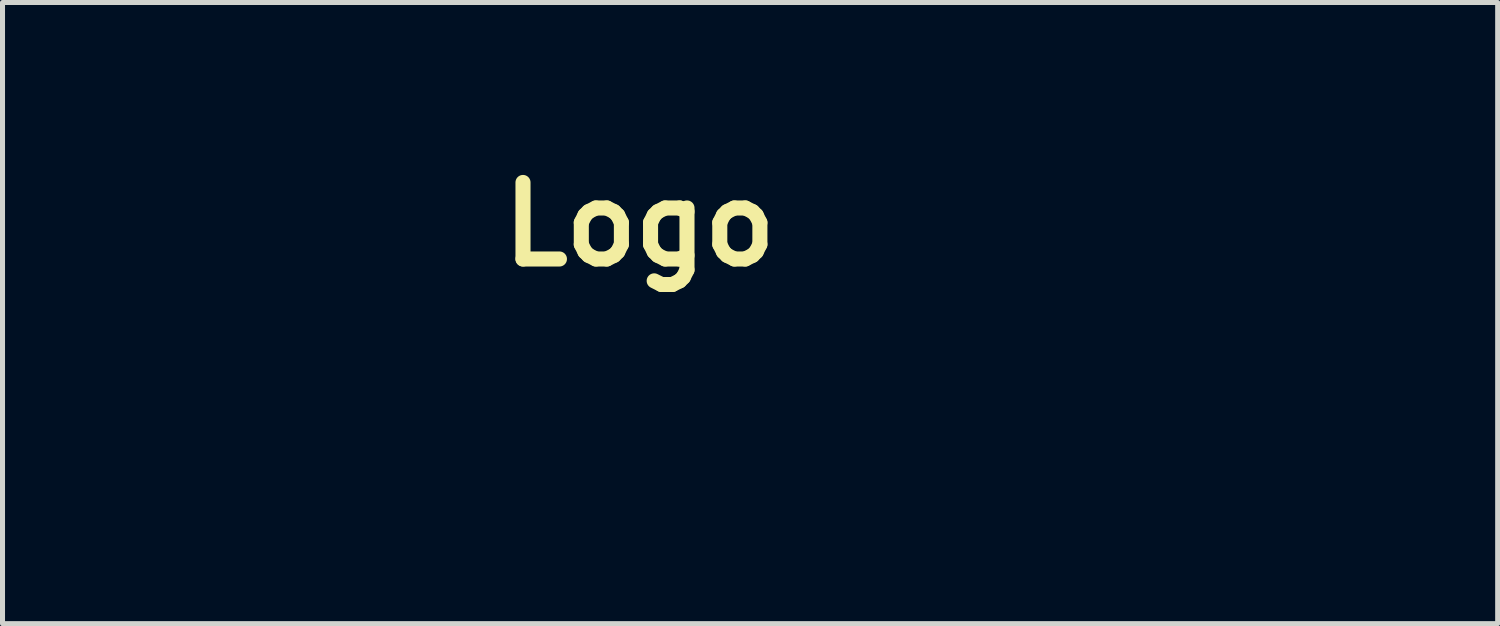
<source format=kicad_pcb>
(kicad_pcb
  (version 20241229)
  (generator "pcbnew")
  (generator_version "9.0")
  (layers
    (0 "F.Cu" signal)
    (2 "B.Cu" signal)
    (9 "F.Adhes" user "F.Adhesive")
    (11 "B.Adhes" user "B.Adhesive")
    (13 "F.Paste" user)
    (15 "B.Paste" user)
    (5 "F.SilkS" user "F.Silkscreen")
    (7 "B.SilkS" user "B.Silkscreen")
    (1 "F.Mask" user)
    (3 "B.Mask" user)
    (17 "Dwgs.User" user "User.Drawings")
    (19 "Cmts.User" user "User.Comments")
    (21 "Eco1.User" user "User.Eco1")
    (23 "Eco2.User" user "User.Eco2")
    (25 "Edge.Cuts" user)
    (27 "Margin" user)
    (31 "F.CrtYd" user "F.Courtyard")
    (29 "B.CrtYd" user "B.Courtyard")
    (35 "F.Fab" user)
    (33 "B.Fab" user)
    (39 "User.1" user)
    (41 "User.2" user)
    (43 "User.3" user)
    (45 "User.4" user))
  (footprint "Logo"
    (layer "F.Cu")
    (at 14.005 4.974)
    (property "Reference" "Logo" (at -4.318 -3.556 0) (layer "F.SilkS") (effects (font (size 1.524 1.524) (thickness 0.3))))
    (attr through_hole)
    (fp_line (start 9.644 0.254) (end -13.16 0.254) (stroke (width 0.25) (type solid)) (layer "F.Mask"))
    (fp_line (start 9.644 0.762) (end -13.51 0.762) (stroke (width 0.25) (type solid)) (layer "F.Mask"))
    (fp_line (start 9.644 1.27) (end -13.88 1.27) (stroke (width 0.25) (type solid)) (layer "F.Mask"))
    (fp_poly (pts (xy -11.036 -2.518) (xy -10.939 -2.518) (xy -10.856 -2.517) (xy -10.787 -2.517) (xy -10.729 -2.517) (xy -10.683 -2.516) (xy -10.647 -2.515) (xy -10.619 -2.514) (xy -10.599 -2.513) (xy -10.586 -2.511) (xy -10.577 -2.509) (xy -10.573 -2.507) (xy -10.571 -2.504) (xy -10.571 -2.503) (xy -10.572 -2.489) (xy -10.576 -2.463) (xy -10.581 -2.426) (xy -10.588 -2.382) (xy -10.592 -2.357) (xy -10.603 -2.294) (xy -10.613 -2.249) (xy -10.622 -2.22) (xy -10.628 -2.21) (xy -10.637 -2.2) (xy -10.656 -2.18) (xy -10.684 -2.15) (xy -10.72 -2.112) (xy -10.763 -2.066) (xy -10.81 -2.015) (xy -10.862 -1.96) (xy -10.899 -1.922) (xy -10.952 -1.865) (xy -11.002 -1.812) (xy -11.046 -1.764) (xy -11.085 -1.723) (xy -11.116 -1.689) (xy -11.139 -1.663) (xy -11.152 -1.648) (xy -11.155 -1.645) (xy -11.147 -1.64) (xy -11.129 -1.633) (xy -11.116 -1.629) (xy -11.047 -1.605) (xy -10.98 -1.567) (xy -10.918 -1.52) (xy -10.866 -1.465) (xy -10.825 -1.406) (xy -10.818 -1.391) (xy -10.795 -1.34) (xy -10.78 -1.293) (xy -10.769 -1.246) (xy -10.764 -1.192) (xy -10.762 -1.128) (xy -10.762 -1.108) (xy -10.769 -0.98) (xy -10.789 -0.862) (xy -10.822 -0.756) (xy -10.868 -0.66) (xy -10.926 -0.575) (xy -10.997 -0.501) (xy -11.012 -0.489) (xy -11.056 -0.457) (xy -11.11 -0.426) (xy -11.168 -0.398) (xy -11.224 -0.376) (xy -11.244 -0.37) (xy -11.274 -0.365) (xy -11.317 -0.36) (xy -11.368 -0.357) (xy -11.425 -0.354) (xy -11.481 -0.353) (xy -11.534 -0.353) (xy -11.58 -0.355) (xy -11.613 -0.359) (xy -11.616 -0.36) (xy -11.711 -0.386) (xy -11.796 -0.425) (xy -11.827 -0.444) (xy -11.89 -0.494) (xy -11.938 -0.551) (xy -11.974 -0.617) (xy -11.997 -0.69) (xy -12.003 -0.724) (xy -12.007 -0.764) (xy -12.01 -0.805) (xy -12.01 -0.842) (xy -12.007 -0.87) (xy -12.005 -0.879) (xy -12.001 -0.883) (xy -11.993 -0.887) (xy -11.977 -0.889) (xy -11.953 -0.891) (xy -11.917 -0.892) (xy -11.869 -0.892) (xy -11.828 -0.892) (xy -11.656 -0.892) (xy -11.66 -0.856) (xy -11.659 -0.801) (xy -11.643 -0.752) (xy -11.613 -0.711) (xy -11.571 -0.679) (xy -11.519 -0.658) (xy -11.463 -0.648) (xy -11.391 -0.652) (xy -11.325 -0.67) (xy -11.266 -0.703) (xy -11.215 -0.75) (xy -11.174 -0.81) (xy -11.143 -0.882) (xy -11.142 -0.886) (xy -11.119 -0.975) (xy -11.108 -1.059) (xy -11.11 -1.136) (xy -11.123 -1.205) (xy -11.144 -1.259) (xy -11.163 -1.288) (xy -11.184 -1.31) (xy -11.21 -1.328) (xy -11.243 -1.341) (xy -11.285 -1.349) (xy -11.339 -1.355) (xy -11.406 -1.357) (xy -11.467 -1.358) (xy -11.622 -1.358) (xy -11.618 -1.377) (xy -11.615 -1.392) (xy -11.61 -1.42) (xy -11.604 -1.458) (xy -11.597 -1.502) (xy -11.594 -1.523) (xy -11.575 -1.65) (xy -11.368 -1.87) (xy -11.316 -1.924) (xy -11.266 -1.978) (xy -11.218 -2.028) (xy -11.175 -2.074) (xy -11.139 -2.112) (xy -11.11 -2.141) (xy -11.097 -2.156) (xy -11.032 -2.221) (xy -11.499 -2.221) (xy -11.515 -2.118) (xy -11.532 -2.014) (xy -11.809 -2.009) (xy -11.803 -2.046) (xy -11.801 -2.064) (xy -11.796 -2.096) (xy -11.789 -2.139) (xy -11.78 -2.191) (xy -11.771 -2.249) (xy -11.763 -2.3) (xy -11.728 -2.518) (xy -11.149 -2.518) (xy -11.036 -2.518)) (stroke (width 0.01) (type solid)) (fill yes) (layer "F.Mask"))
    (fp_poly (pts (xy -8.149 -2.538) (xy -8.09 -2.534) (xy -8.04 -2.529) (xy -8.014 -2.524) (xy -7.928 -2.497) (xy -7.851 -2.46) (xy -7.785 -2.412) (xy -7.731 -2.356) (xy -7.693 -2.293) (xy -7.664 -2.215) (xy -7.65 -2.132) (xy -7.652 -2.048) (xy -7.655 -2.025) (xy -7.66 -1.993) (xy -8.005 -1.993) (xy -8.005 -2.05) (xy -8.011 -2.11) (xy -8.03 -2.158) (xy -8.06 -2.195) (xy -8.063 -2.198) (xy -8.096 -2.22) (xy -8.135 -2.234) (xy -8.183 -2.241) (xy -8.225 -2.242) (xy -8.293 -2.236) (xy -8.351 -2.218) (xy -8.404 -2.187) (xy -8.45 -2.144) (xy -8.471 -2.118) (xy -8.489 -2.09) (xy -8.505 -2.058) (xy -8.519 -2.02) (xy -8.532 -1.972) (xy -8.545 -1.912) (xy -8.558 -1.84) (xy -8.564 -1.807) (xy -8.572 -1.759) (xy -8.579 -1.716) (xy -8.585 -1.683) (xy -8.588 -1.66) (xy -8.589 -1.652) (xy -8.582 -1.654) (xy -8.564 -1.661) (xy -8.541 -1.672) (xy -8.491 -1.692) (xy -8.439 -1.705) (xy -8.381 -1.712) (xy -8.32 -1.713) (xy -8.218 -1.706) (xy -8.124 -1.685) (xy -8.041 -1.651) (xy -7.968 -1.605) (xy -7.907 -1.548) (xy -7.857 -1.479) (xy -7.82 -1.401) (xy -7.797 -1.314) (xy -7.787 -1.218) (xy -7.789 -1.163) (xy -7.793 -1.119) (xy -7.799 -1.064) (xy -7.808 -1.003) (xy -7.819 -0.939) (xy -7.83 -0.877) (xy -7.842 -0.82) (xy -7.852 -0.772) (xy -7.862 -0.74) (xy -7.899 -0.651) (xy -7.951 -0.571) (xy -8.015 -0.5) (xy -8.09 -0.439) (xy -8.174 -0.39) (xy -8.267 -0.355) (xy -8.341 -0.338) (xy -8.391 -0.331) (xy -8.451 -0.327) (xy -8.514 -0.326) (xy -8.573 -0.328) (xy -8.624 -0.332) (xy -8.636 -0.334) (xy -8.7 -0.349) (xy -8.763 -0.37) (xy -8.82 -0.396) (xy -8.842 -0.409) (xy -8.907 -0.461) (xy -8.963 -0.525) (xy -9.006 -0.599) (xy -9.036 -0.678) (xy -9.043 -0.703) (xy -9.048 -0.73) (xy -9.052 -0.756) (xy -9.055 -0.783) (xy -9.056 -0.813) (xy -9.056 -0.845) (xy -9.056 -0.846) (xy -8.706 -0.846) (xy -8.706 -0.841) (xy -8.696 -0.774) (xy -8.673 -0.718) (xy -8.64 -0.674) (xy -8.596 -0.644) (xy -8.543 -0.626) (xy -8.48 -0.622) (xy -8.41 -0.633) (xy -8.345 -0.656) (xy -8.29 -0.691) (xy -8.244 -0.74) (xy -8.207 -0.804) (xy -8.191 -0.845) (xy -8.176 -0.9) (xy -8.162 -0.961) (xy -8.15 -1.027) (xy -8.141 -1.091) (xy -8.136 -1.15) (xy -8.135 -1.2) (xy -8.136 -1.218) (xy -8.147 -1.269) (xy -8.166 -1.318) (xy -8.191 -1.357) (xy -8.212 -1.378) (xy -8.254 -1.4) (xy -8.305 -1.412) (xy -8.364 -1.415) (xy -8.426 -1.407) (xy -8.486 -1.39) (xy -8.536 -1.364) (xy -8.582 -1.325) (xy -8.621 -1.278) (xy -8.648 -1.227) (xy -8.648 -1.227) (xy -8.661 -1.186) (xy -8.673 -1.134) (xy -8.684 -1.074) (xy -8.693 -1.01) (xy -8.701 -0.948) (xy -8.705 -0.892) (xy -8.706 -0.846) (xy -9.056 -0.846) (xy -9.054 -0.883) (xy -9.05 -0.927) (xy -9.044 -0.978) (xy -9.036 -1.038) (xy -9.026 -1.108) (xy -9.013 -1.19) (xy -8.998 -1.285) (xy -8.98 -1.394) (xy -8.962 -1.499) (xy -8.941 -1.624) (xy -8.922 -1.736) (xy -8.905 -1.835) (xy -8.889 -1.921) (xy -8.876 -1.992) (xy -8.865 -2.049) (xy -8.856 -2.09) (xy -8.849 -2.115) (xy -8.848 -2.118) (xy -8.807 -2.215) (xy -8.753 -2.301) (xy -8.688 -2.376) (xy -8.611 -2.437) (xy -8.523 -2.486) (xy -8.425 -2.522) (xy -8.42 -2.524) (xy -8.383 -2.531) (xy -8.332 -2.536) (xy -8.274 -2.539) (xy -8.211 -2.539) (xy -8.149 -2.538)) (stroke (width 0.01) (type solid)) (fill yes) (layer "F.Mask"))
    (fp_poly (pts (xy -10.012 -2.497) (xy -10.013 -2.486) (xy -10.015 -2.459) (xy -10.02 -2.418) (xy -10.026 -2.363) (xy -10.033 -2.297) (xy -10.042 -2.22) (xy -10.052 -2.133) (xy -10.062 -2.038) (xy -10.074 -1.936) (xy -10.086 -1.828) (xy -10.099 -1.715) (xy -10.101 -1.7) (xy -10.114 -1.587) (xy -10.126 -1.479) (xy -10.137 -1.377) (xy -10.148 -1.283) (xy -10.158 -1.196) (xy -10.166 -1.12) (xy -10.173 -1.054) (xy -10.179 -1) (xy -10.183 -0.959) (xy -10.186 -0.932) (xy -10.187 -0.921) (xy -10.187 -0.92) (xy -10.184 -0.928) (xy -10.178 -0.951) (xy -10.168 -0.987) (xy -10.154 -1.036) (xy -10.138 -1.097) (xy -10.119 -1.168) (xy -10.098 -1.247) (xy -10.075 -1.335) (xy -10.05 -1.428) (xy -10.024 -1.527) (xy -10.02 -1.542) (xy -10.005 -1.599) (xy -9.809 -1.599) (xy -9.804 -1.595) (xy -9.8 -1.599) (xy -9.804 -1.603) (xy -9.809 -1.599) (xy -10.005 -1.599) (xy -9.994 -1.642) (xy -9.969 -1.738) (xy -9.945 -1.829) (xy -9.923 -1.912) (xy -9.903 -1.988) (xy -9.886 -2.053) (xy -9.872 -2.108) (xy -9.861 -2.151) (xy -9.853 -2.179) (xy -9.849 -2.193) (xy -9.849 -2.194) (xy -9.842 -2.221) (xy -9.562 -2.221) (xy -9.567 -2.164) (xy -9.569 -2.139) (xy -9.572 -2.1) (xy -9.575 -2.05) (xy -9.58 -1.989) (xy -9.584 -1.919) (xy -9.589 -1.842) (xy -9.595 -1.76) (xy -9.6 -1.674) (xy -9.606 -1.585) (xy -9.611 -1.496) (xy -9.617 -1.408) (xy -9.622 -1.322) (xy -9.627 -1.24) (xy -9.632 -1.165) (xy -9.636 -1.096) (xy -9.64 -1.037) (xy -9.642 -0.988) (xy -9.644 -0.951) (xy -9.645 -0.928) (xy -9.645 -0.921) (xy -9.643 -0.929) (xy -9.638 -0.952) (xy -9.629 -0.989) (xy -9.618 -1.04) (xy -9.605 -1.102) (xy -9.589 -1.176) (xy -9.571 -1.259) (xy -9.551 -1.351) (xy -9.529 -1.45) (xy -9.507 -1.556) (xy -9.483 -1.667) (xy -9.475 -1.703) (xy -9.451 -1.816) (xy -9.428 -1.924) (xy -9.406 -2.027) (xy -9.386 -2.123) (xy -9.367 -2.21) (xy -9.35 -2.289) (xy -9.336 -2.357) (xy -9.323 -2.413) (xy -9.314 -2.457) (xy -9.307 -2.487) (xy -9.304 -2.502) (xy -9.304 -2.503) (xy -9.301 -2.508) (xy -9.294 -2.512) (xy -9.282 -2.515) (xy -9.261 -2.516) (xy -9.229 -2.517) (xy -9.185 -2.518) (xy -9.139 -2.518) (xy -9.089 -2.517) (xy -9.046 -2.517) (xy -9.011 -2.515) (xy -8.988 -2.513) (xy -8.979 -2.511) (xy -8.979 -2.511) (xy -8.981 -2.503) (xy -8.988 -2.478) (xy -8.998 -2.44) (xy -9.013 -2.388) (xy -9.031 -2.324) (xy -9.052 -2.248) (xy -9.076 -2.161) (xy -9.103 -2.065) (xy -9.133 -1.961) (xy -9.164 -1.848) (xy -9.198 -1.729) (xy -9.233 -1.604) (xy -9.27 -1.475) (xy -9.282 -1.43) (xy -9.585 -0.354) (xy -9.728 -0.352) (xy -9.87 -0.35) (xy -9.864 -0.424) (xy -9.862 -0.458) (xy -9.859 -0.505) (xy -9.856 -0.563) (xy -9.853 -0.63) (xy -9.849 -0.704) (xy -9.845 -0.784) (xy -9.84 -0.868) (xy -9.836 -0.954) (xy -9.832 -1.041) (xy -9.828 -1.126) (xy -9.824 -1.208) (xy -9.82 -1.285) (xy -9.817 -1.356) (xy -9.815 -1.419) (xy -9.813 -1.471) (xy -9.811 -1.512) (xy -9.81 -1.539) (xy -9.81 -1.55) (xy -9.812 -1.551) (xy -9.818 -1.538) (xy -9.827 -1.512) (xy -9.84 -1.472) (xy -9.856 -1.418) (xy -9.876 -1.35) (xy -9.9 -1.266) (xy -9.928 -1.167) (xy -9.961 -1.052) (xy -9.976 -0.997) (xy -10.003 -0.9) (xy -10.029 -0.807) (xy -10.053 -0.72) (xy -10.076 -0.64) (xy -10.096 -0.568) (xy -10.113 -0.506) (xy -10.128 -0.454) (xy -10.139 -0.416) (xy -10.145 -0.391) (xy -10.148 -0.382) (xy -10.157 -0.35) (xy -10.296 -0.35) (xy -10.342 -0.351) (xy -10.382 -0.351) (xy -10.413 -0.352) (xy -10.431 -0.354) (xy -10.435 -0.355) (xy -10.435 -0.366) (xy -10.434 -0.393) (xy -10.432 -0.433) (xy -10.429 -0.487) (xy -10.426 -0.552) (xy -10.422 -0.628) (xy -10.418 -0.712) (xy -10.414 -0.803) (xy -10.409 -0.9) (xy -10.404 -1.002) (xy -10.399 -1.107) (xy -10.394 -1.214) (xy -10.388 -1.322) (xy -10.383 -1.429) (xy -10.378 -1.533) (xy -10.373 -1.634) (xy -10.368 -1.73) (xy -10.364 -1.82) (xy -10.36 -1.902) (xy -10.356 -1.975) (xy -10.353 -2.038) (xy -10.35 -2.089) (xy -10.348 -2.126) (xy -10.347 -2.149) (xy -10.346 -2.156) (xy -10.342 -2.221) (xy -10.452 -2.221) (xy -10.452 -2.518) (xy -10.012 -2.518) (xy -10.012 -2.497)) (stroke (width 0.01) (type solid)) (fill yes) (layer "F.Mask")))
  (gr_rect
    (start -3 -3)
    (end 26.774 9.369)
    (stroke (width 0.1) (type default))
    (fill no)
    (layer "Edge.Cuts")))
</source>
